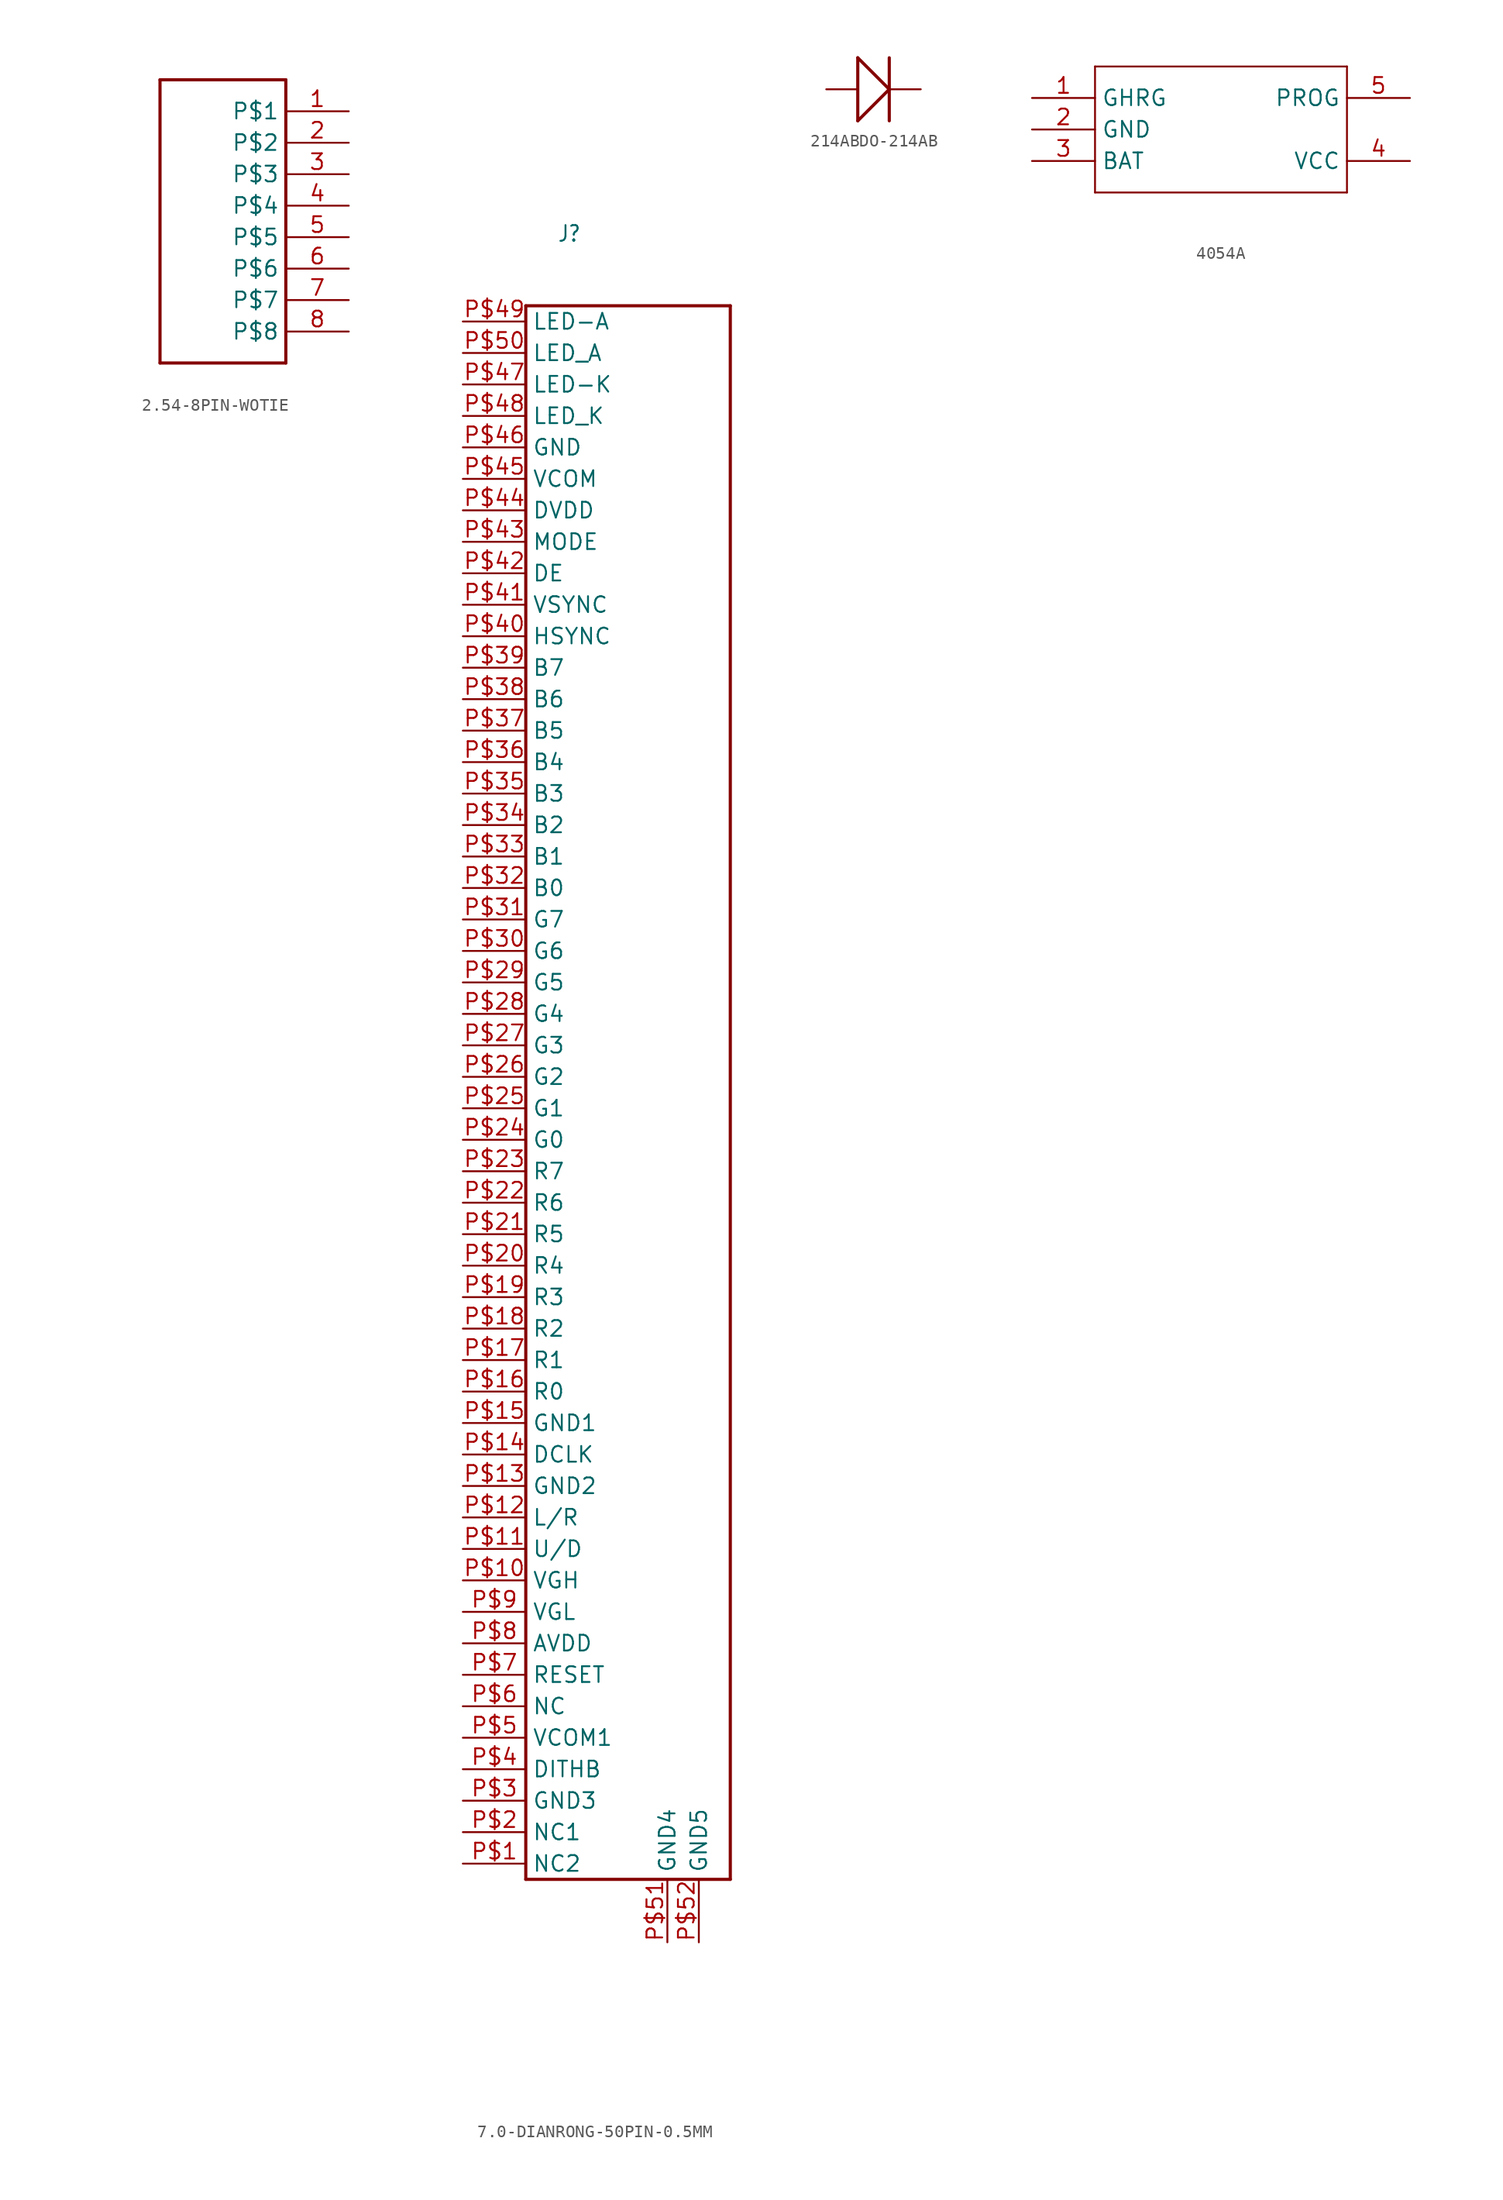
<source format=kicad_sym>
(kicad_symbol_lib
  (version 20231120)
  (generator "kicad_symbol_editor")
  (generator_version "8.0")
  (symbol "2.54-8PIN-WOTIE"
    (property "Reference" ""
      (at -14.2 -3.72 0)
      (effects (font (size 1.778 1.511)) (justify left bottom) (hide yes)))
    (property "Value" ""
      (at -14.3 -8.1 0)
      (effects (font (size 1.778 1.511)) (justify left bottom)))
    (property "ki_locked" ""
      (at 0 0 0)
      (effects (font (size 1.27 1.27))))
    (symbol "2.54-8PIN-WOTIE_1_0"
      (polyline (pts (xy -7.62 -15.24) (xy -7.62 7.62)) (stroke (width 0.254) (type solid)) (fill (type none)))
      (polyline (pts (xy -7.62 7.62) (xy 2.54 7.62)) (stroke (width 0.254) (type solid)) (fill (type none)))
      (polyline (pts (xy 2.54 -15.24) (xy -7.62 -15.24)) (stroke (width 0.254) (type solid)) (fill (type none)))
      (polyline (pts (xy 2.54 7.62) (xy 2.54 -15.24)) (stroke (width 0.254) (type solid)) (fill (type none)))
      (pin bidirectional line (at 7.62 5.08 180) (length 5.08) (name "P$1" (effects (font (size 1.27 1.27)))) (number "1" (effects (font (size 1.27 1.27)))))
      (pin bidirectional line (at 7.62 2.54 180) (length 5.08) (name "P$2" (effects (font (size 1.27 1.27)))) (number "2" (effects (font (size 1.27 1.27)))))
      (pin bidirectional line (at 7.62 0 180) (length 5.08) (name "P$3" (effects (font (size 1.27 1.27)))) (number "3" (effects (font (size 1.27 1.27)))))
      (pin bidirectional line (at 7.62 -2.54 180) (length 5.08) (name "P$4" (effects (font (size 1.27 1.27)))) (number "4" (effects (font (size 1.27 1.27)))))
      (pin bidirectional line (at 7.62 -5.08 180) (length 5.08) (name "P$5" (effects (font (size 1.27 1.27)))) (number "5" (effects (font (size 1.27 1.27)))))
      (pin bidirectional line (at 7.62 -7.62 180) (length 5.08) (name "P$6" (effects (font (size 1.27 1.27)))) (number "6" (effects (font (size 1.27 1.27)))))
      (pin bidirectional line (at 7.62 -10.16 180) (length 5.08) (name "P$7" (effects (font (size 1.27 1.27)))) (number "7" (effects (font (size 1.27 1.27)))))
      (pin bidirectional line (at 7.62 -12.7 180) (length 5.08) (name "P$8" (effects (font (size 1.27 1.27)))) (number "8" (effects (font (size 1.27 1.27)))))))
  (symbol "7.0-DIANRONG-50PIN-0.5MM"
    (property "Reference" "J"
      (at -7.62 68.58 0)
      (effects (font (size 1.27 1.079)) (justify left bottom)))
    (property "Value" ""
      (at -7.62 66.04 0)
      (effects (font (size 1.27 1.079)) (justify left bottom)))
    (property "ki_locked" ""
      (at 0 0 0)
      (effects (font (size 1.27 1.27))))
    (symbol "7.0-DIANRONG-50PIN-0.5MM_1_0"
      (polyline (pts (xy -10.16 -63.5) (xy 6.35 -63.5)) (stroke (width 0.254) (type solid)) (fill (type none)))
      (polyline (pts (xy -10.16 63.5) (xy -10.16 -63.5)) (stroke (width 0.254) (type solid)) (fill (type none)))
      (polyline (pts (xy 6.35 -63.5) (xy 6.35 63.5)) (stroke (width 0.254) (type solid)) (fill (type none)))
      (polyline (pts (xy 6.35 63.5) (xy -10.16 63.5)) (stroke (width 0.254) (type solid)) (fill (type none)))
      (pin bidirectional line (at -15.24 -62.23 0) (length 5.08) (name "NC2" (effects (font (size 1.27 1.27)))) (number "P$1" (effects (font (size 1.27 1.27)))))
      (pin bidirectional line (at -15.24 -39.37 0) (length 5.08) (name "VGH" (effects (font (size 1.27 1.27)))) (number "P$10" (effects (font (size 1.27 1.27)))))
      (pin bidirectional line (at -15.24 -36.83 0) (length 5.08) (name "U/D" (effects (font (size 1.27 1.27)))) (number "P$11" (effects (font (size 1.27 1.27)))))
      (pin bidirectional line (at -15.24 -34.29 0) (length 5.08) (name "L/R" (effects (font (size 1.27 1.27)))) (number "P$12" (effects (font (size 1.27 1.27)))))
      (pin bidirectional line (at -15.24 -31.75 0) (length 5.08) (name "GND2" (effects (font (size 1.27 1.27)))) (number "P$13" (effects (font (size 1.27 1.27)))))
      (pin bidirectional line (at -15.24 -29.21 0) (length 5.08) (name "DCLK" (effects (font (size 1.27 1.27)))) (number "P$14" (effects (font (size 1.27 1.27)))))
      (pin bidirectional line (at -15.24 -26.67 0) (length 5.08) (name "GND1" (effects (font (size 1.27 1.27)))) (number "P$15" (effects (font (size 1.27 1.27)))))
      (pin bidirectional line (at -15.24 -24.13 0) (length 5.08) (name "R0" (effects (font (size 1.27 1.27)))) (number "P$16" (effects (font (size 1.27 1.27)))))
      (pin bidirectional line (at -15.24 -21.59 0) (length 5.08) (name "R1" (effects (font (size 1.27 1.27)))) (number "P$17" (effects (font (size 1.27 1.27)))))
      (pin bidirectional line (at -15.24 -19.05 0) (length 5.08) (name "R2" (effects (font (size 1.27 1.27)))) (number "P$18" (effects (font (size 1.27 1.27)))))
      (pin bidirectional line (at -15.24 -16.51 0) (length 5.08) (name "R3" (effects (font (size 1.27 1.27)))) (number "P$19" (effects (font (size 1.27 1.27)))))
      (pin bidirectional line (at -15.24 -59.69 0) (length 5.08) (name "NC1" (effects (font (size 1.27 1.27)))) (number "P$2" (effects (font (size 1.27 1.27)))))
      (pin bidirectional line (at -15.24 -13.97 0) (length 5.08) (name "R4" (effects (font (size 1.27 1.27)))) (number "P$20" (effects (font (size 1.27 1.27)))))
      (pin bidirectional line (at -15.24 -11.43 0) (length 5.08) (name "R5" (effects (font (size 1.27 1.27)))) (number "P$21" (effects (font (size 1.27 1.27)))))
      (pin bidirectional line (at -15.24 -8.89 0) (length 5.08) (name "R6" (effects (font (size 1.27 1.27)))) (number "P$22" (effects (font (size 1.27 1.27)))))
      (pin bidirectional line (at -15.24 -6.35 0) (length 5.08) (name "R7" (effects (font (size 1.27 1.27)))) (number "P$23" (effects (font (size 1.27 1.27)))))
      (pin bidirectional line (at -15.24 -3.81 0) (length 5.08) (name "G0" (effects (font (size 1.27 1.27)))) (number "P$24" (effects (font (size 1.27 1.27)))))
      (pin bidirectional line (at -15.24 -1.27 0) (length 5.08) (name "G1" (effects (font (size 1.27 1.27)))) (number "P$25" (effects (font (size 1.27 1.27)))))
      (pin bidirectional line (at -15.24 1.27 0) (length 5.08) (name "G2" (effects (font (size 1.27 1.27)))) (number "P$26" (effects (font (size 1.27 1.27)))))
      (pin bidirectional line (at -15.24 3.81 0) (length 5.08) (name "G3" (effects (font (size 1.27 1.27)))) (number "P$27" (effects (font (size 1.27 1.27)))))
      (pin bidirectional line (at -15.24 6.35 0) (length 5.08) (name "G4" (effects (font (size 1.27 1.27)))) (number "P$28" (effects (font (size 1.27 1.27)))))
      (pin bidirectional line (at -15.24 8.89 0) (length 5.08) (name "G5" (effects (font (size 1.27 1.27)))) (number "P$29" (effects (font (size 1.27 1.27)))))
      (pin bidirectional line (at -15.24 -57.15 0) (length 5.08) (name "GND3" (effects (font (size 1.27 1.27)))) (number "P$3" (effects (font (size 1.27 1.27)))))
      (pin bidirectional line (at -15.24 11.43 0) (length 5.08) (name "G6" (effects (font (size 1.27 1.27)))) (number "P$30" (effects (font (size 1.27 1.27)))))
      (pin bidirectional line (at -15.24 13.97 0) (length 5.08) (name "G7" (effects (font (size 1.27 1.27)))) (number "P$31" (effects (font (size 1.27 1.27)))))
      (pin bidirectional line (at -15.24 16.51 0) (length 5.08) (name "B0" (effects (font (size 1.27 1.27)))) (number "P$32" (effects (font (size 1.27 1.27)))))
      (pin bidirectional line (at -15.24 19.05 0) (length 5.08) (name "B1" (effects (font (size 1.27 1.27)))) (number "P$33" (effects (font (size 1.27 1.27)))))
      (pin bidirectional line (at -15.24 21.59 0) (length 5.08) (name "B2" (effects (font (size 1.27 1.27)))) (number "P$34" (effects (font (size 1.27 1.27)))))
      (pin bidirectional line (at -15.24 24.13 0) (length 5.08) (name "B3" (effects (font (size 1.27 1.27)))) (number "P$35" (effects (font (size 1.27 1.27)))))
      (pin bidirectional line (at -15.24 26.67 0) (length 5.08) (name "B4" (effects (font (size 1.27 1.27)))) (number "P$36" (effects (font (size 1.27 1.27)))))
      (pin bidirectional line (at -15.24 29.21 0) (length 5.08) (name "B5" (effects (font (size 1.27 1.27)))) (number "P$37" (effects (font (size 1.27 1.27)))))
      (pin bidirectional line (at -15.24 31.75 0) (length 5.08) (name "B6" (effects (font (size 1.27 1.27)))) (number "P$38" (effects (font (size 1.27 1.27)))))
      (pin bidirectional line (at -15.24 34.29 0) (length 5.08) (name "B7" (effects (font (size 1.27 1.27)))) (number "P$39" (effects (font (size 1.27 1.27)))))
      (pin bidirectional line (at -15.24 -54.61 0) (length 5.08) (name "DITHB" (effects (font (size 1.27 1.27)))) (number "P$4" (effects (font (size 1.27 1.27)))))
      (pin bidirectional line (at -15.24 36.83 0) (length 5.08) (name "HSYNC" (effects (font (size 1.27 1.27)))) (number "P$40" (effects (font (size 1.27 1.27)))))
      (pin bidirectional line (at -15.24 39.37 0) (length 5.08) (name "VSYNC" (effects (font (size 1.27 1.27)))) (number "P$41" (effects (font (size 1.27 1.27)))))
      (pin bidirectional line (at -15.24 41.91 0) (length 5.08) (name "DE" (effects (font (size 1.27 1.27)))) (number "P$42" (effects (font (size 1.27 1.27)))))
      (pin bidirectional line (at -15.24 44.45 0) (length 5.08) (name "MODE" (effects (font (size 1.27 1.27)))) (number "P$43" (effects (font (size 1.27 1.27)))))
      (pin bidirectional line (at -15.24 46.99 0) (length 5.08) (name "DVDD" (effects (font (size 1.27 1.27)))) (number "P$44" (effects (font (size 1.27 1.27)))))
      (pin bidirectional line (at -15.24 49.53 0) (length 5.08) (name "VCOM" (effects (font (size 1.27 1.27)))) (number "P$45" (effects (font (size 1.27 1.27)))))
      (pin bidirectional line (at -15.24 52.07 0) (length 5.08) (name "GND" (effects (font (size 1.27 1.27)))) (number "P$46" (effects (font (size 1.27 1.27)))))
      (pin bidirectional line (at -15.24 57.15 0) (length 5.08) (name "LED-K" (effects (font (size 1.27 1.27)))) (number "P$47" (effects (font (size 1.27 1.27)))))
      (pin bidirectional line (at -15.24 54.61 0) (length 5.08) (name "LED_K" (effects (font (size 1.27 1.27)))) (number "P$48" (effects (font (size 1.27 1.27)))))
      (pin bidirectional line (at -15.24 62.23 0) (length 5.08) (name "LED-A" (effects (font (size 1.27 1.27)))) (number "P$49" (effects (font (size 1.27 1.27)))))
      (pin bidirectional line (at -15.24 -52.07 0) (length 5.08) (name "VCOM1" (effects (font (size 1.27 1.27)))) (number "P$5" (effects (font (size 1.27 1.27)))))
      (pin bidirectional line (at -15.24 59.69 0) (length 5.08) (name "LED_A" (effects (font (size 1.27 1.27)))) (number "P$50" (effects (font (size 1.27 1.27)))))
      (pin bidirectional line (at 1.27 -68.58 90) (length 5.08) (name "GND4" (effects (font (size 1.27 1.27)))) (number "P$51" (effects (font (size 1.27 1.27)))))
      (pin bidirectional line (at 3.81 -68.58 90) (length 5.08) (name "GND5" (effects (font (size 1.27 1.27)))) (number "P$52" (effects (font (size 1.27 1.27)))))
      (pin bidirectional line (at -15.24 -49.53 0) (length 5.08) (name "NC" (effects (font (size 1.27 1.27)))) (number "P$6" (effects (font (size 1.27 1.27)))))
      (pin bidirectional line (at -15.24 -46.99 0) (length 5.08) (name "RESET" (effects (font (size 1.27 1.27)))) (number "P$7" (effects (font (size 1.27 1.27)))))
      (pin bidirectional line (at -15.24 -44.45 0) (length 5.08) (name "AVDD" (effects (font (size 1.27 1.27)))) (number "P$8" (effects (font (size 1.27 1.27)))))
      (pin bidirectional line (at -15.24 -41.91 0) (length 5.08) (name "VGL" (effects (font (size 1.27 1.27)))) (number "P$9" (effects (font (size 1.27 1.27)))))))
  (symbol "214ABDO-214AB"
    (property "Reference" "D"
      (at -8.89 2.54 0)
      (effects (font (size 1.778 1.511)) (justify left bottom) (hide yes)))
    (property "ki_locked" ""
      (at 0 0 0)
      (effects (font (size 1.27 1.27))))
    (symbol "214ABDO-214AB_1_0"
      (polyline (pts (xy -1.27 -2.54) (xy -1.27 2.54)) (stroke (width 0.254) (type solid)) (fill (type none)))
      (polyline (pts (xy -1.27 -2.54) (xy 1.27 0)) (stroke (width 0.254) (type solid)) (fill (type none)))
      (polyline (pts (xy -1.27 2.54) (xy 1.27 0)) (stroke (width 0.254) (type solid)) (fill (type none)))
      (polyline (pts (xy 1.27 2.54) (xy 1.27 -2.54)) (stroke (width 0.254) (type solid)) (fill (type none)))
      (pin passive line (at -3.81 0 0) (length 2.54) (name "+" (effects (font (size 0 0)))) (number "1" (effects (font (size 0 0)))))
      (pin passive line (at 3.81 0 180) (length 2.54) (name "-" (effects (font (size 0 0)))) (number "2" (effects (font (size 0 0)))))))
  (symbol "4054A"
    (property "Reference" ""
      (at -2.54 7.62 0)
      (effects (font (size 1.778 1.511)) (justify left bottom) (hide yes)))
    (property "Value" ""
      (at -2.54 -7.62 0)
      (effects (font (size 1.778 1.511)) (justify left bottom)))
    (property "ki_locked" ""
      (at 0 0 0)
      (effects (font (size 1.27 1.27))))
    (symbol "4054A_1_0"
      (polyline (pts (xy -10.16 -5.08) (xy 10.16 -5.08)) (stroke (width 0.152) (type solid)) (fill (type none)))
      (polyline (pts (xy -10.16 5.08) (xy -10.16 -5.08)) (stroke (width 0.152) (type solid)) (fill (type none)))
      (polyline (pts (xy 10.16 -5.08) (xy 10.16 5.08)) (stroke (width 0.152) (type solid)) (fill (type none)))
      (polyline (pts (xy 10.16 5.08) (xy -10.16 5.08)) (stroke (width 0.152) (type solid)) (fill (type none)))
      (pin bidirectional line (at -15.24 2.54 0) (length 5.08) (name "GHRG" (effects (font (size 1.27 1.27)))) (number "1" (effects (font (size 1.27 1.27)))))
      (pin bidirectional line (at -15.24 0 0) (length 5.08) (name "GND" (effects (font (size 1.27 1.27)))) (number "2" (effects (font (size 1.27 1.27)))))
      (pin bidirectional line (at -15.24 -2.54 0) (length 5.08) (name "BAT" (effects (font (size 1.27 1.27)))) (number "3" (effects (font (size 1.27 1.27)))))
      (pin bidirectional line (at 15.24 -2.54 180) (length 5.08) (name "VCC" (effects (font (size 1.27 1.27)))) (number "4" (effects (font (size 1.27 1.27)))))
      (pin bidirectional line (at 15.24 2.54 180) (length 5.08) (name "PROG" (effects (font (size 1.27 1.27)))) (number "5" (effects (font (size 1.27 1.27))))))))
</source>
